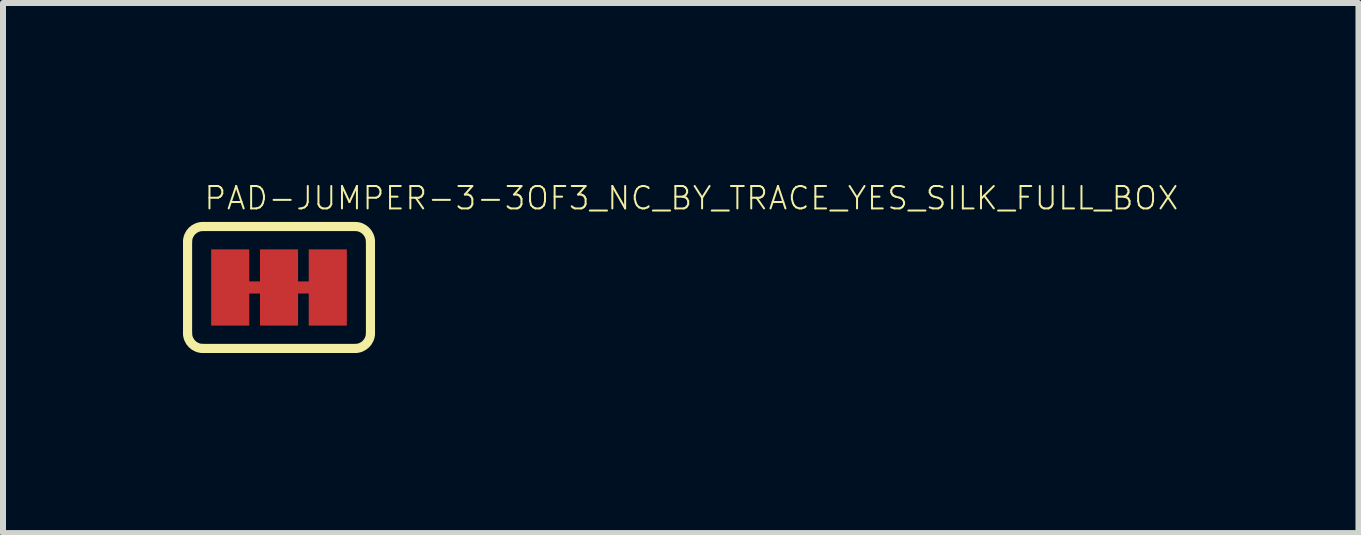
<source format=kicad_pcb>
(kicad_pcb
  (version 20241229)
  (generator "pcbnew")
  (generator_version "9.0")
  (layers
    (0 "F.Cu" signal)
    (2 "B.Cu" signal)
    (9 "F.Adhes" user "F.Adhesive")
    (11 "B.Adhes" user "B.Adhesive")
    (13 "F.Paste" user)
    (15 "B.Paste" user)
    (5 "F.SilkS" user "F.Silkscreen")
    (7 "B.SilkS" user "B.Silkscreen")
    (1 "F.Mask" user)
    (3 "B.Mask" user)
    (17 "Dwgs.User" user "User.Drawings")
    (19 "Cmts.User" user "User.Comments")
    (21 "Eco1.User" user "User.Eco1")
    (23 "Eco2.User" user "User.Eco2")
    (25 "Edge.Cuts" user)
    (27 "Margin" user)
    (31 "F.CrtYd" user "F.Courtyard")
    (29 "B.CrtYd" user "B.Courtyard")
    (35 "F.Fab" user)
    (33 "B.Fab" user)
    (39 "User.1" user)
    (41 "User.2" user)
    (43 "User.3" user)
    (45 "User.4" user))
  (footprint "PAD-JUMPER-3-3OF3_NC_BY_TRACE_YES_SILK_FULL_BOX"
    (layer "F.Cu")
    (at 1.6 1.741)
    (property "Reference" "PAD-JUMPER-3-3OF3_NC_BY_TRACE_YES_SILK_FULL_BOX" (at -1.27 -1.27 0) (unlocked yes) (layer "F.SilkS") (effects (font (size 0.374 0.374) (thickness 0.033)) (justify left bottom)))
    (fp_line (start -1.016 0) (end -0.254 0) (stroke (width 0.203) (type solid)) (layer "F.Cu"))
    (fp_line (start 0.254 0) (end 1.016 0) (stroke (width 0.203) (type solid)) (layer "F.Cu"))
    (fp_line (start -1.524 0.762) (end -1.524 -0.762) (stroke (width 0.152) (type solid)) (layer "F.SilkS"))
    (fp_line (start -1.27 -1.016) (end 1.27 -1.016) (stroke (width 0.152) (type solid)) (layer "F.SilkS"))
    (fp_line (start 1.27 1.016) (end -1.27 1.016) (stroke (width 0.152) (type solid)) (layer "F.SilkS"))
    (fp_line (start 1.524 0.762) (end 1.524 -0.762) (stroke (width 0.152) (type solid)) (layer "F.SilkS"))
    (fp_arc (start -1.524 -0.762) (mid -1.449605 -0.941605) (end -1.27 -1.016) (stroke (width 0.1524) (type solid)) (layer "F.SilkS"))
    (fp_arc (start -1.27 1.016) (mid -1.449605 0.941605) (end -1.524 0.762) (stroke (width 0.1524) (type solid)) (layer "F.SilkS"))
    (fp_arc (start 1.27 -1.016) (mid 1.449605 -0.941605) (end 1.524 -0.762) (stroke (width 0.1524) (type solid)) (layer "F.SilkS"))
    (fp_arc (start 1.524 0.762) (mid 1.449605 0.941605) (end 1.27 1.016) (stroke (width 0.1524) (type solid)) (layer "F.SilkS"))
    (pad "1" smd rect (at -0.813 0) (size 0.635 1.27) (layers "F.Cu" "F.Mask"))
    (pad "2" smd rect (at 0 0) (size 0.635 1.27) (layers "F.Cu" "F.Mask"))
    (pad "3" smd rect (at 0.813 0) (size 0.635 1.27) (layers "F.Cu" "F.Mask")))
  (gr_rect
    (start -3 -3)
    (end 19.59 5.834)
    (stroke (width 0.1) (type default))
    (fill no)
    (layer "Edge.Cuts")))
</source>
